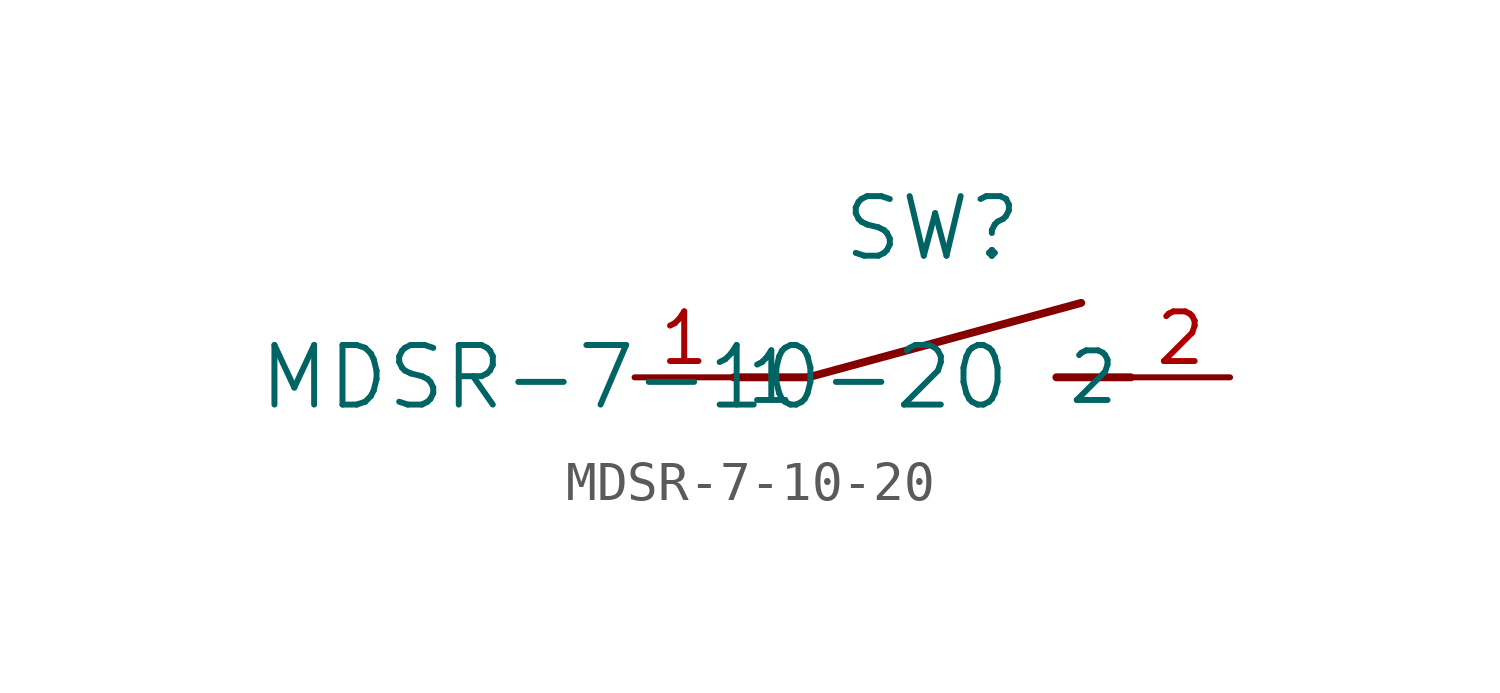
<source format=kicad_sym>
(kicad_symbol_lib
  (version 20211014)
  (generator kicad_symbol_editor)
  (symbol "MDSR-7-10-20"
    (pin_names
      (offset 0.254))
    (property "Reference" "SW"
      (at 7.62 3.81 0)
      (effects (font (size 1.524 1.524))))
    (property "Value" "MDSR-7-10-20"
      (at 0 0 0)
      (effects (font (size 1.524 1.524))))
    (symbol "MDSR-7-10-20_0_1"
      (polyline (pts (xy 2.54 0) (xy 4.445 0)) (stroke (width 0.203) (type default) (color 0 0 0 0)) (fill (type none)))
      (polyline (pts (xy 12.7 0) (xy 10.795 0)) (stroke (width 0.203) (type default) (color 0 0 0 0)) (fill (type none)))
      (polyline (pts (xy 4.445 0) (xy 11.43 1.905)) (stroke (width 0.203) (type default) (color 0 0 0 0)) (fill (type none)))
      (pin unspecified line (at 0 0 0) (length 2.54) (name "1" (effects (font (size 1.27 1.27)))) (number "1" (effects (font (size 1.27 1.27)))))
      (pin unspecified line (at 15.24 0 180) (length 2.54) (name "2" (effects (font (size 1.27 1.27)))) (number "2" (effects (font (size 1.27 1.27))))))))
</source>
